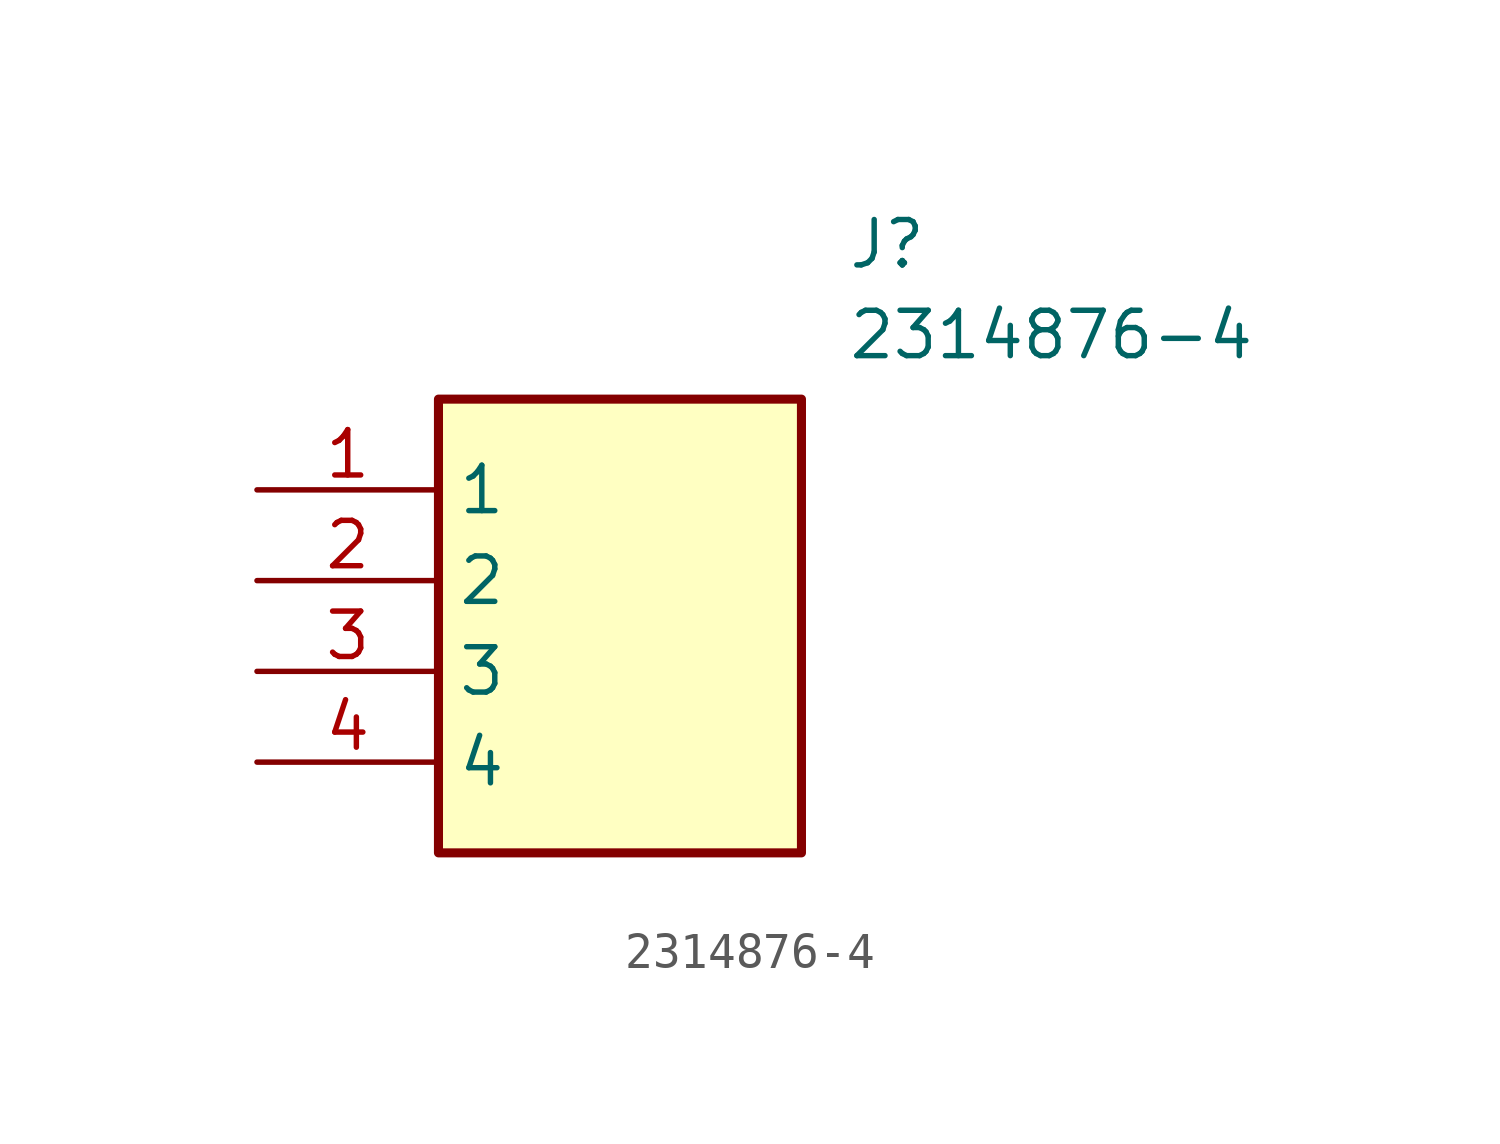
<source format=kicad_sym>
(kicad_symbol_lib
  (version 20220914)
  (generator SamacSys_ECAD_Model)
  (symbol "2314876-4"
    (property "Reference" "J"
      (at 16.51 7.62 0)
      (effects (font (size 1.27 1.27)) (justify left top)))
    (property "Value" "2314876-4"
      (at 16.51 5.08 0)
      (effects (font (size 1.27 1.27)) (justify left top)))
    (rectangle
      (start 5.08 2.54)
      (end 15.24 -10.16)
      (stroke (width 0.254) (type default))
      (fill (type background)))
    (pin passive line
      (at 0 0 0)
      (length 5.08)
      (name "1" (effects (font (size 1.27 1.27))))
      (number "1" (effects (font (size 1.27 1.27)))))
    (pin passive line
      (at 0 -2.54 0)
      (length 5.08)
      (name "2" (effects (font (size 1.27 1.27))))
      (number "2" (effects (font (size 1.27 1.27)))))
    (pin passive line
      (at 0 -5.08 0)
      (length 5.08)
      (name "3" (effects (font (size 1.27 1.27))))
      (number "3" (effects (font (size 1.27 1.27)))))
    (pin passive line
      (at 0 -7.62 0)
      (length 5.08)
      (name "4" (effects (font (size 1.27 1.27))))
      (number "4" (effects (font (size 1.27 1.27)))))))
</source>
